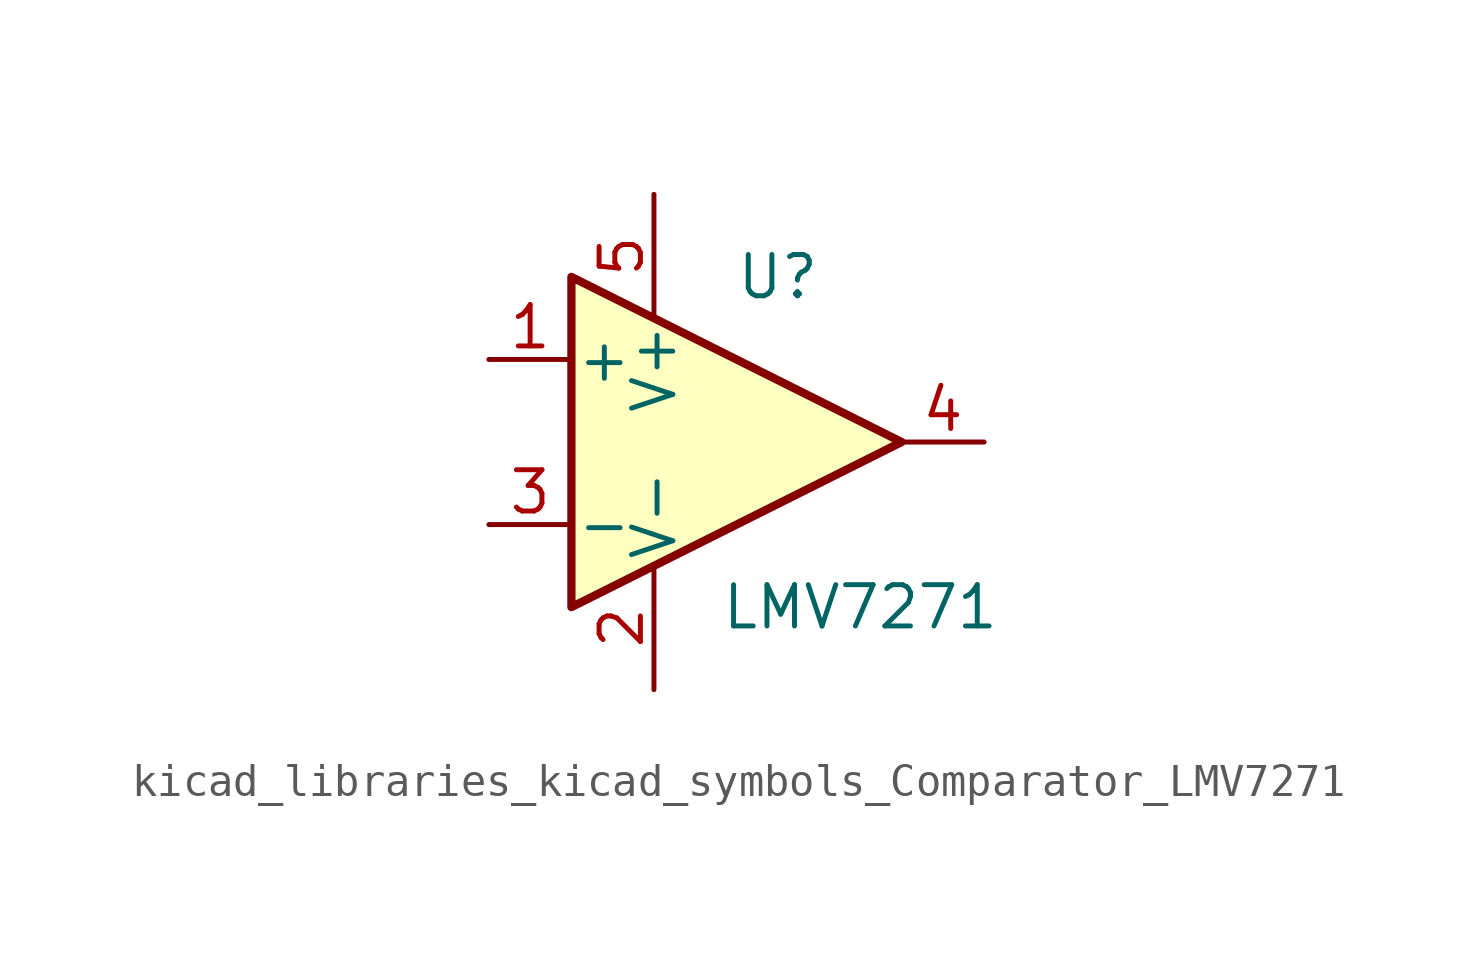
<source format=kicad_sym>
(kicad_symbol_lib
  (version 20220914)
  (generator kicad_symbol_editor)
  (symbol "kicad_libraries_kicad_symbols_Comparator_LMV7271"
    (pin_names
      (offset 0.127))
    (property "Reference" "U"
      (at 1.27 5.08 0)
      (effects (font (size 1.27 1.27))))
    (property "Value" "LMV7271"
      (at 3.81 -5.08 0)
      (effects (font (size 1.27 1.27))))
    (symbol "kicad_libraries_kicad_symbols_Comparator_LMV7271_0_1"
      (polyline (pts (xy -5.08 5.08) (xy 5.08 0) (xy -5.08 -5.08) (xy -5.08 5.08)) (stroke (width 0.254) (type default)) (fill (type background))))
    (symbol "kicad_libraries_kicad_symbols_Comparator_LMV7271_1_1"
      (pin input line (at -7.62 2.54 0) (length 2.54) (name "+" (effects (font (size 1.27 1.27)))) (number "1" (effects (font (size 1.27 1.27)))))
      (pin power_in line (at -2.54 -7.62 90) (length 3.81) (name "V-" (effects (font (size 1.27 1.27)))) (number "2" (effects (font (size 1.27 1.27)))))
      (pin input line (at -7.62 -2.54 0) (length 2.54) (name "-" (effects (font (size 1.27 1.27)))) (number "3" (effects (font (size 1.27 1.27)))))
      (pin output line (at 7.62 0 180) (length 2.54) (name "~" (effects (font (size 1.27 1.27)))) (number "4" (effects (font (size 1.27 1.27)))))
      (pin power_in line (at -2.54 7.62 270) (length 3.81) (name "V+" (effects (font (size 1.27 1.27)))) (number "5" (effects (font (size 1.27 1.27))))))))
</source>
